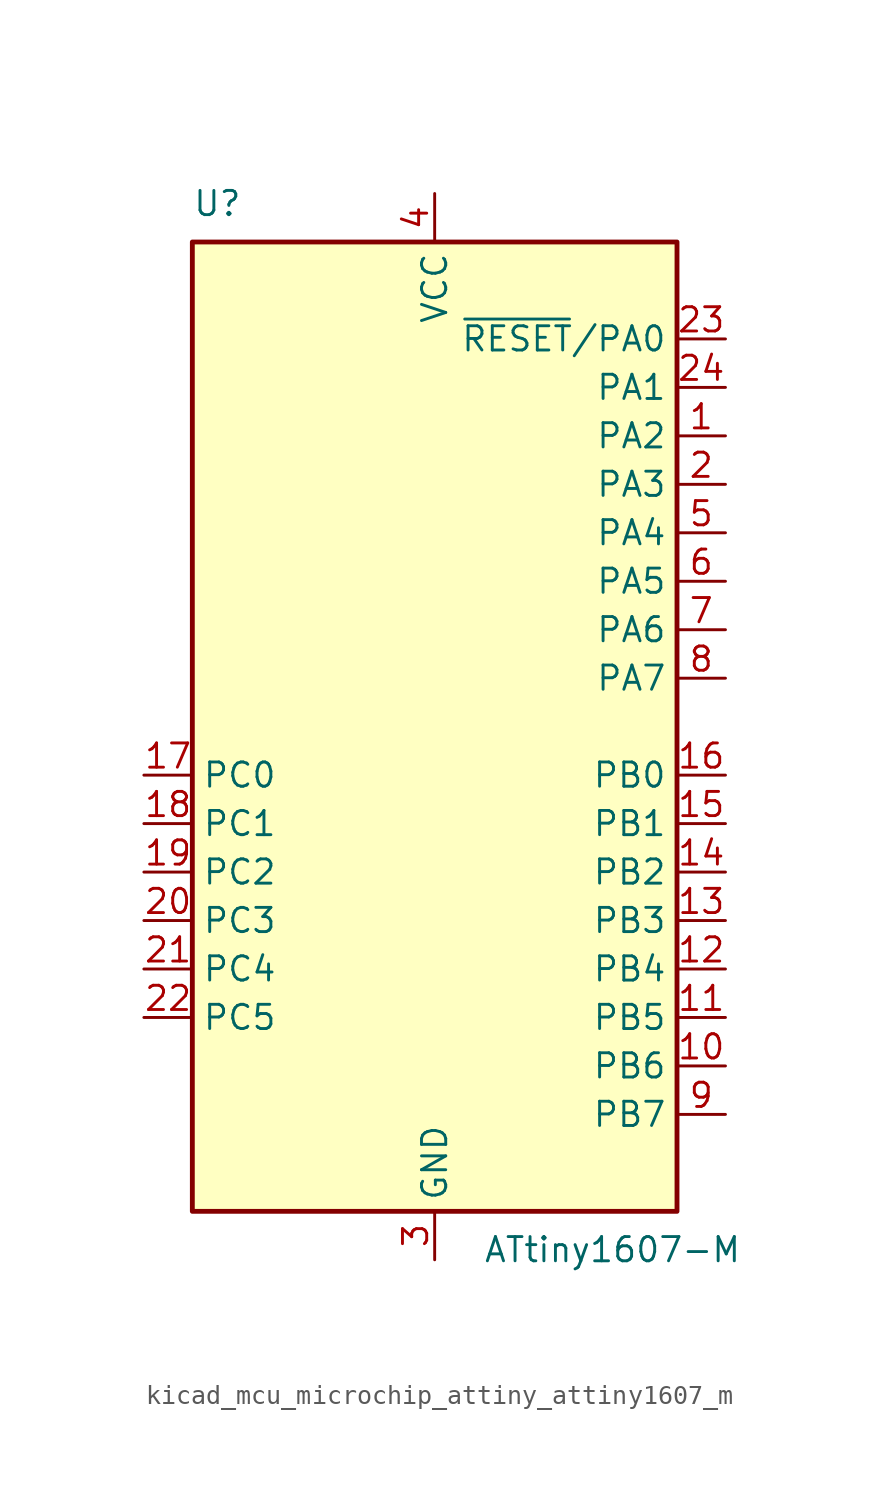
<source format=kicad_sym>
(kicad_symbol_lib
  (version 20220914)
  (generator kicad_symbol_editor)
  (symbol "kicad_mcu_microchip_attiny_attiny1607_m"
    (property "Reference" "U"
      (at -12.7 26.67 0)
      (effects (font (size 1.27 1.27)) (justify left bottom)))
    (property "Value" "ATtiny1607-M"
      (at 2.54 -26.67 0)
      (effects (font (size 1.27 1.27)) (justify left top)))
    (symbol "kicad_mcu_microchip_attiny_attiny1607_m_0_1"
      (rectangle (start -12.7 -25.4) (end 12.7 25.4) (stroke (width 0.254) (type default)) (fill (type background))))
    (symbol "kicad_mcu_microchip_attiny_attiny1607_m_1_1"
      (pin bidirectional line (at 15.24 15.24 180) (length 2.54) (name "PA2" (effects (font (size 1.27 1.27)))) (number "1" (effects (font (size 1.27 1.27)))))
      (pin bidirectional line (at 15.24 -17.78 180) (length 2.54) (name "PB6" (effects (font (size 1.27 1.27)))) (number "10" (effects (font (size 1.27 1.27)))))
      (pin bidirectional line (at 15.24 -15.24 180) (length 2.54) (name "PB5" (effects (font (size 1.27 1.27)))) (number "11" (effects (font (size 1.27 1.27)))))
      (pin bidirectional line (at 15.24 -12.7 180) (length 2.54) (name "PB4" (effects (font (size 1.27 1.27)))) (number "12" (effects (font (size 1.27 1.27)))))
      (pin bidirectional line (at 15.24 -10.16 180) (length 2.54) (name "PB3" (effects (font (size 1.27 1.27)))) (number "13" (effects (font (size 1.27 1.27)))))
      (pin bidirectional line (at 15.24 -7.62 180) (length 2.54) (name "PB2" (effects (font (size 1.27 1.27)))) (number "14" (effects (font (size 1.27 1.27)))))
      (pin bidirectional line (at 15.24 -5.08 180) (length 2.54) (name "PB1" (effects (font (size 1.27 1.27)))) (number "15" (effects (font (size 1.27 1.27)))))
      (pin bidirectional line (at 15.24 -2.54 180) (length 2.54) (name "PB0" (effects (font (size 1.27 1.27)))) (number "16" (effects (font (size 1.27 1.27)))))
      (pin bidirectional line (at -15.24 -2.54 0) (length 2.54) (name "PC0" (effects (font (size 1.27 1.27)))) (number "17" (effects (font (size 1.27 1.27)))))
      (pin bidirectional line (at -15.24 -5.08 0) (length 2.54) (name "PC1" (effects (font (size 1.27 1.27)))) (number "18" (effects (font (size 1.27 1.27)))))
      (pin bidirectional line (at -15.24 -7.62 0) (length 2.54) (name "PC2" (effects (font (size 1.27 1.27)))) (number "19" (effects (font (size 1.27 1.27)))))
      (pin bidirectional line (at 15.24 12.7 180) (length 2.54) (name "PA3" (effects (font (size 1.27 1.27)))) (number "2" (effects (font (size 1.27 1.27)))))
      (pin bidirectional line (at -15.24 -10.16 0) (length 2.54) (name "PC3" (effects (font (size 1.27 1.27)))) (number "20" (effects (font (size 1.27 1.27)))))
      (pin bidirectional line (at -15.24 -12.7 0) (length 2.54) (name "PC4" (effects (font (size 1.27 1.27)))) (number "21" (effects (font (size 1.27 1.27)))))
      (pin bidirectional line (at -15.24 -15.24 0) (length 2.54) (name "PC5" (effects (font (size 1.27 1.27)))) (number "22" (effects (font (size 1.27 1.27)))))
      (pin bidirectional line (at 15.24 20.32 180) (length 2.54) (name "~{RESET}/PA0" (effects (font (size 1.27 1.27)))) (number "23" (effects (font (size 1.27 1.27)))))
      (pin bidirectional line (at 15.24 17.78 180) (length 2.54) (name "PA1" (effects (font (size 1.27 1.27)))) (number "24" (effects (font (size 1.27 1.27)))))
      (pin passive line (at 0 -27.94 90) (length 2.54) hide (name "GND" (effects (font (size 1.27 1.27)))) (number "25" (effects (font (size 1.27 1.27)))))
      (pin power_in line (at 0 -27.94 90) (length 2.54) (name "GND" (effects (font (size 1.27 1.27)))) (number "3" (effects (font (size 1.27 1.27)))))
      (pin power_in line (at 0 27.94 270) (length 2.54) (name "VCC" (effects (font (size 1.27 1.27)))) (number "4" (effects (font (size 1.27 1.27)))))
      (pin bidirectional line (at 15.24 10.16 180) (length 2.54) (name "PA4" (effects (font (size 1.27 1.27)))) (number "5" (effects (font (size 1.27 1.27)))))
      (pin bidirectional line (at 15.24 7.62 180) (length 2.54) (name "PA5" (effects (font (size 1.27 1.27)))) (number "6" (effects (font (size 1.27 1.27)))))
      (pin bidirectional line (at 15.24 5.08 180) (length 2.54) (name "PA6" (effects (font (size 1.27 1.27)))) (number "7" (effects (font (size 1.27 1.27)))))
      (pin bidirectional line (at 15.24 2.54 180) (length 2.54) (name "PA7" (effects (font (size 1.27 1.27)))) (number "8" (effects (font (size 1.27 1.27)))))
      (pin bidirectional line (at 15.24 -20.32 180) (length 2.54) (name "PB7" (effects (font (size 1.27 1.27)))) (number "9" (effects (font (size 1.27 1.27))))))))
</source>
